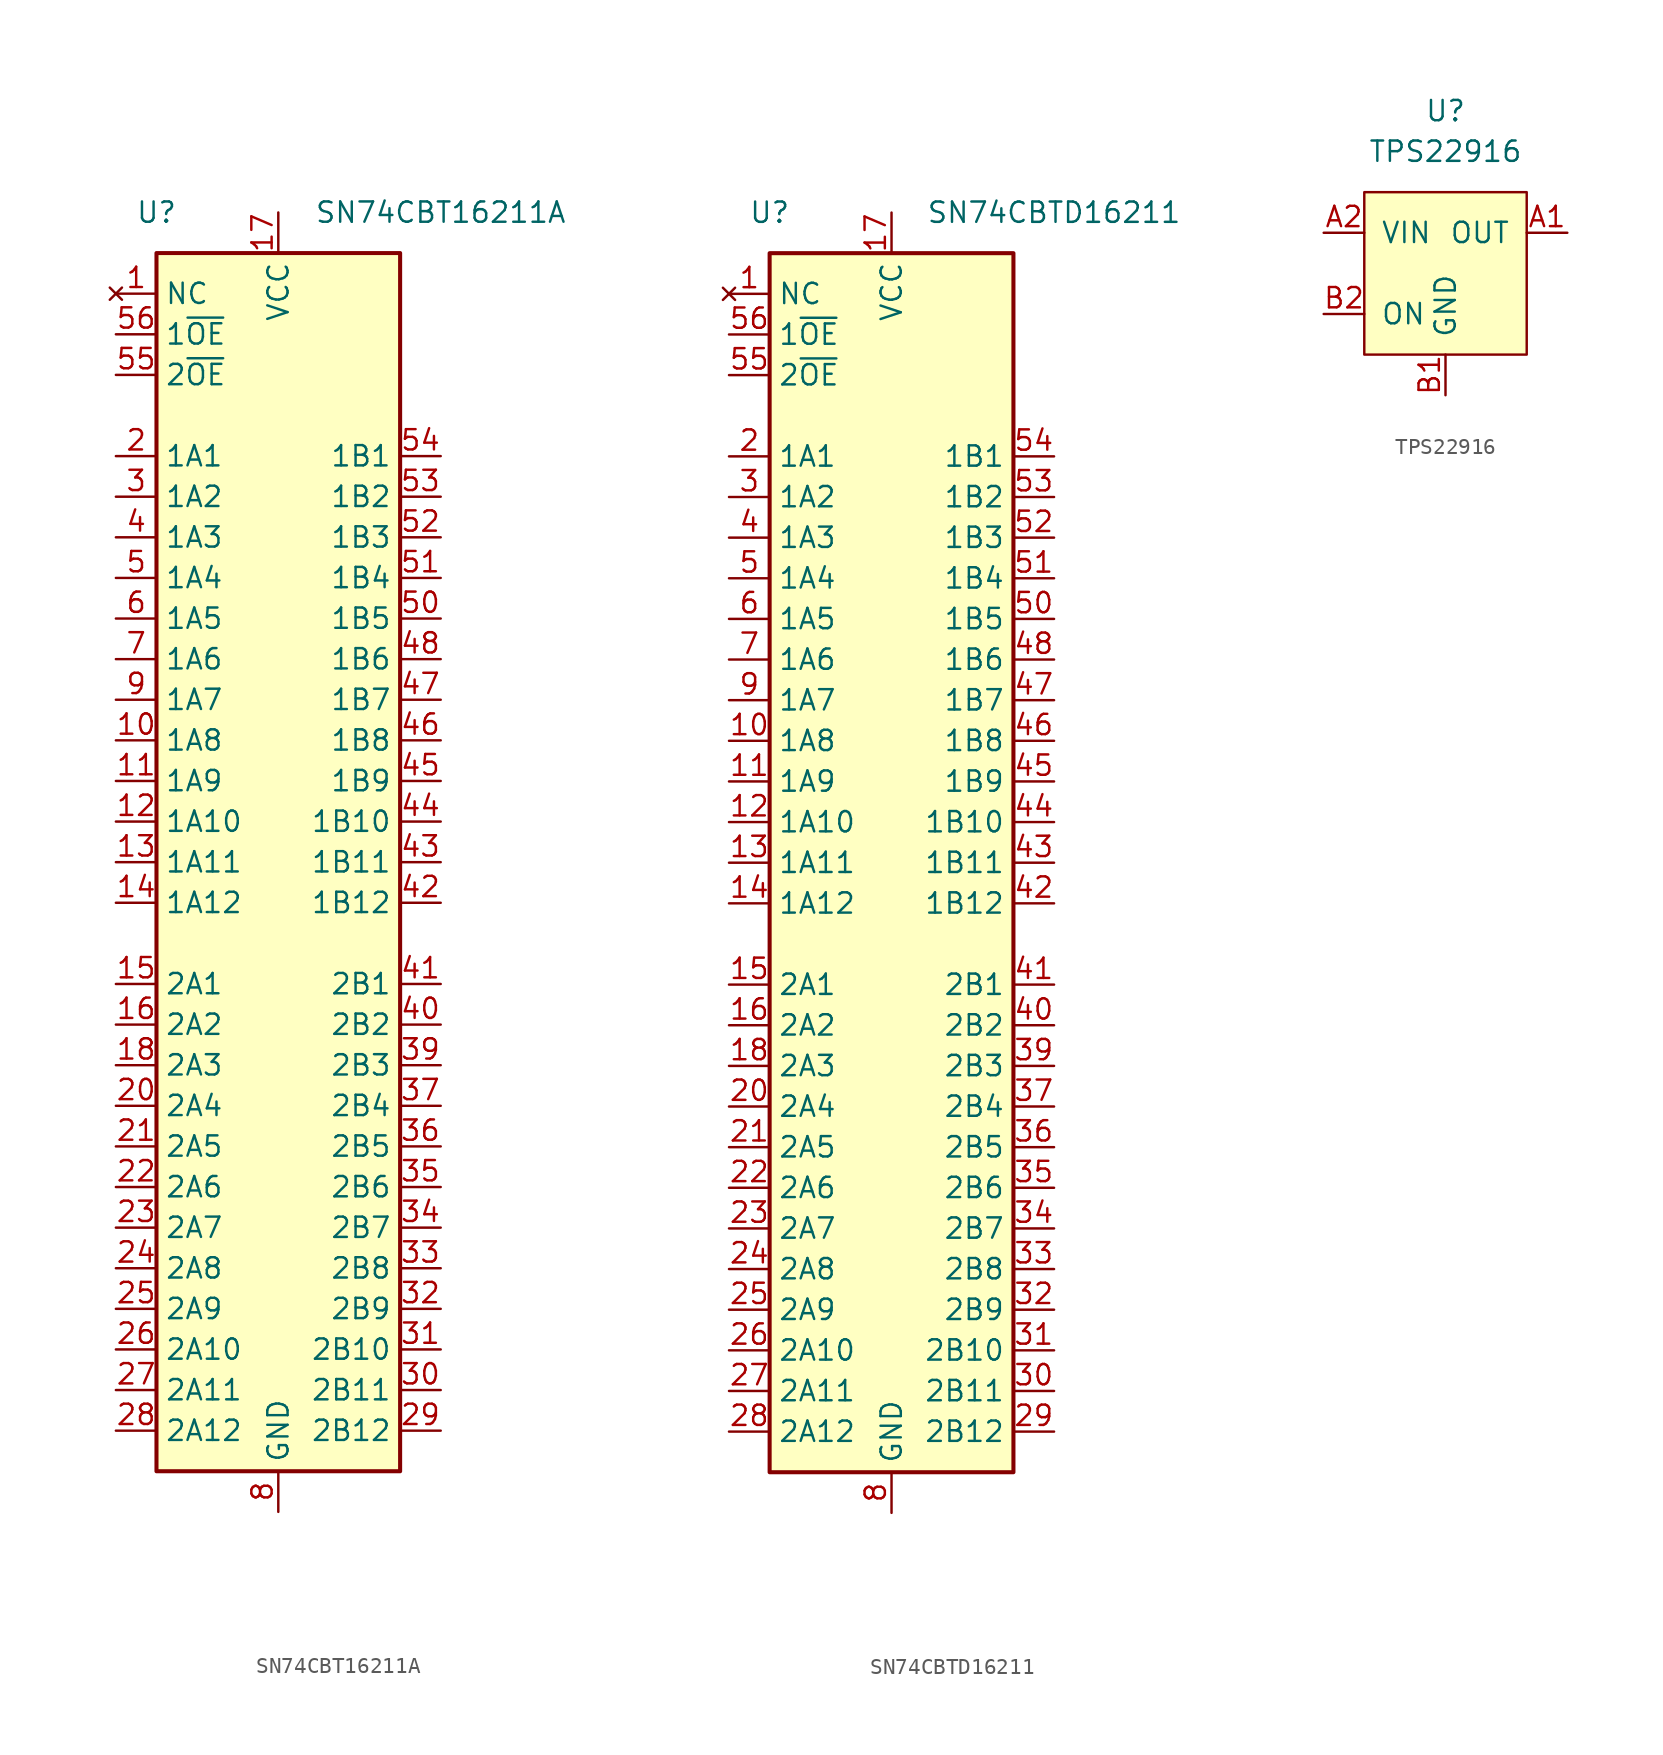
<source format=kicad_sym>
(kicad_symbol_lib
  (version 20211014)
  (generator kicad_symbol_editor)
  (symbol "SN74CBT16211A"
    (property "Reference" "U"
      (at -7.62 40.64 0)
      (effects (font (size 1.27 1.27))))
    (property "Value" "SN74CBT16211A"
      (at 10.16 40.64 0)
      (effects (font (size 1.27 1.27))))
    (symbol "SN74CBT16211A_0_1"
      (rectangle (start -7.62 38.1) (end 7.62 -38.1) (stroke (width 0.254) (type default) (color 0 0 0 0)) (fill (type background))))
    (symbol "SN74CBT16211A_1_0"
      (pin bidirectional line (at -10.16 7.62 0) (length 2.54) (name "1A8" (effects (font (size 1.27 1.27)))) (number "10" (effects (font (size 1.27 1.27)))))
      (pin bidirectional line (at -10.16 5.08 0) (length 2.54) (name "1A9" (effects (font (size 1.27 1.27)))) (number "11" (effects (font (size 1.27 1.27)))))
      (pin bidirectional line (at -10.16 2.54 0) (length 2.54) (name "1A10" (effects (font (size 1.27 1.27)))) (number "12" (effects (font (size 1.27 1.27)))))
      (pin bidirectional line (at -10.16 0 0) (length 2.54) (name "1A11" (effects (font (size 1.27 1.27)))) (number "13" (effects (font (size 1.27 1.27)))))
      (pin bidirectional line (at -10.16 -2.54 0) (length 2.54) (name "1A12" (effects (font (size 1.27 1.27)))) (number "14" (effects (font (size 1.27 1.27)))))
      (pin bidirectional line (at -10.16 -7.62 0) (length 2.54) (name "2A1" (effects (font (size 1.27 1.27)))) (number "15" (effects (font (size 1.27 1.27)))))
      (pin bidirectional line (at -10.16 -10.16 0) (length 2.54) (name "2A2" (effects (font (size 1.27 1.27)))) (number "16" (effects (font (size 1.27 1.27)))))
      (pin power_in line (at 0 40.64 270) (length 2.54) (name "VCC" (effects (font (size 1.27 1.27)))) (number "17" (effects (font (size 1.27 1.27)))))
      (pin bidirectional line (at -10.16 -12.7 0) (length 2.54) (name "2A3" (effects (font (size 1.27 1.27)))) (number "18" (effects (font (size 1.27 1.27)))))
      (pin passive line (at 0 -40.64 90) (length 2.54) hide (name "GND" (effects (font (size 1.27 1.27)))) (number "19" (effects (font (size 1.27 1.27)))))
      (pin bidirectional line (at -10.16 25.4 0) (length 2.54) (name "1A1" (effects (font (size 1.27 1.27)))) (number "2" (effects (font (size 1.27 1.27)))))
      (pin bidirectional line (at -10.16 -15.24 0) (length 2.54) (name "2A4" (effects (font (size 1.27 1.27)))) (number "20" (effects (font (size 1.27 1.27)))))
      (pin bidirectional line (at -10.16 -17.78 0) (length 2.54) (name "2A5" (effects (font (size 1.27 1.27)))) (number "21" (effects (font (size 1.27 1.27)))))
      (pin bidirectional line (at -10.16 -20.32 0) (length 2.54) (name "2A6" (effects (font (size 1.27 1.27)))) (number "22" (effects (font (size 1.27 1.27)))))
      (pin bidirectional line (at -10.16 -22.86 0) (length 2.54) (name "2A7" (effects (font (size 1.27 1.27)))) (number "23" (effects (font (size 1.27 1.27)))))
      (pin bidirectional line (at -10.16 -25.4 0) (length 2.54) (name "2A8" (effects (font (size 1.27 1.27)))) (number "24" (effects (font (size 1.27 1.27)))))
      (pin bidirectional line (at -10.16 -27.94 0) (length 2.54) (name "2A9" (effects (font (size 1.27 1.27)))) (number "25" (effects (font (size 1.27 1.27)))))
      (pin bidirectional line (at -10.16 -30.48 0) (length 2.54) (name "2A10" (effects (font (size 1.27 1.27)))) (number "26" (effects (font (size 1.27 1.27)))))
      (pin bidirectional line (at -10.16 -33.02 0) (length 2.54) (name "2A11" (effects (font (size 1.27 1.27)))) (number "27" (effects (font (size 1.27 1.27)))))
      (pin bidirectional line (at -10.16 -35.56 0) (length 2.54) (name "2A12" (effects (font (size 1.27 1.27)))) (number "28" (effects (font (size 1.27 1.27)))))
      (pin bidirectional line (at 10.16 -35.56 180) (length 2.54) (name "2B12" (effects (font (size 1.27 1.27)))) (number "29" (effects (font (size 1.27 1.27)))))
      (pin bidirectional line (at -10.16 22.86 0) (length 2.54) (name "1A2" (effects (font (size 1.27 1.27)))) (number "3" (effects (font (size 1.27 1.27)))))
      (pin bidirectional line (at 10.16 -33.02 180) (length 2.54) (name "2B11" (effects (font (size 1.27 1.27)))) (number "30" (effects (font (size 1.27 1.27)))))
      (pin bidirectional line (at 10.16 -30.48 180) (length 2.54) (name "2B10" (effects (font (size 1.27 1.27)))) (number "31" (effects (font (size 1.27 1.27)))))
      (pin bidirectional line (at 10.16 -27.94 180) (length 2.54) (name "2B9" (effects (font (size 1.27 1.27)))) (number "32" (effects (font (size 1.27 1.27)))))
      (pin bidirectional line (at 10.16 -25.4 180) (length 2.54) (name "2B8" (effects (font (size 1.27 1.27)))) (number "33" (effects (font (size 1.27 1.27)))))
      (pin bidirectional line (at 10.16 -22.86 180) (length 2.54) (name "2B7" (effects (font (size 1.27 1.27)))) (number "34" (effects (font (size 1.27 1.27)))))
      (pin bidirectional line (at 10.16 -20.32 180) (length 2.54) (name "2B6" (effects (font (size 1.27 1.27)))) (number "35" (effects (font (size 1.27 1.27)))))
      (pin bidirectional line (at 10.16 -17.78 180) (length 2.54) (name "2B5" (effects (font (size 1.27 1.27)))) (number "36" (effects (font (size 1.27 1.27)))))
      (pin bidirectional line (at 10.16 -15.24 180) (length 2.54) (name "2B4" (effects (font (size 1.27 1.27)))) (number "37" (effects (font (size 1.27 1.27)))))
      (pin passive line (at 0 -40.64 90) (length 2.54) hide (name "GND" (effects (font (size 1.27 1.27)))) (number "38" (effects (font (size 1.27 1.27)))))
      (pin bidirectional line (at 10.16 -12.7 180) (length 2.54) (name "2B3" (effects (font (size 1.27 1.27)))) (number "39" (effects (font (size 1.27 1.27)))))
      (pin bidirectional line (at -10.16 20.32 0) (length 2.54) (name "1A3" (effects (font (size 1.27 1.27)))) (number "4" (effects (font (size 1.27 1.27)))))
      (pin bidirectional line (at 10.16 -10.16 180) (length 2.54) (name "2B2" (effects (font (size 1.27 1.27)))) (number "40" (effects (font (size 1.27 1.27)))))
      (pin bidirectional line (at 10.16 -7.62 180) (length 2.54) (name "2B1" (effects (font (size 1.27 1.27)))) (number "41" (effects (font (size 1.27 1.27)))))
      (pin bidirectional line (at 10.16 -2.54 180) (length 2.54) (name "1B12" (effects (font (size 1.27 1.27)))) (number "42" (effects (font (size 1.27 1.27)))))
      (pin bidirectional line (at 10.16 0 180) (length 2.54) (name "1B11" (effects (font (size 1.27 1.27)))) (number "43" (effects (font (size 1.27 1.27)))))
      (pin bidirectional line (at 10.16 2.54 180) (length 2.54) (name "1B10" (effects (font (size 1.27 1.27)))) (number "44" (effects (font (size 1.27 1.27)))))
      (pin bidirectional line (at 10.16 5.08 180) (length 2.54) (name "1B9" (effects (font (size 1.27 1.27)))) (number "45" (effects (font (size 1.27 1.27)))))
      (pin bidirectional line (at 10.16 7.62 180) (length 2.54) (name "1B8" (effects (font (size 1.27 1.27)))) (number "46" (effects (font (size 1.27 1.27)))))
      (pin bidirectional line (at 10.16 10.16 180) (length 2.54) (name "1B7" (effects (font (size 1.27 1.27)))) (number "47" (effects (font (size 1.27 1.27)))))
      (pin bidirectional line (at 10.16 12.7 180) (length 2.54) (name "1B6" (effects (font (size 1.27 1.27)))) (number "48" (effects (font (size 1.27 1.27)))))
      (pin passive line (at 0 -40.64 90) (length 2.54) hide (name "GND" (effects (font (size 1.27 1.27)))) (number "49" (effects (font (size 1.27 1.27)))))
      (pin bidirectional line (at -10.16 17.78 0) (length 2.54) (name "1A4" (effects (font (size 1.27 1.27)))) (number "5" (effects (font (size 1.27 1.27)))))
      (pin bidirectional line (at 10.16 15.24 180) (length 2.54) (name "1B5" (effects (font (size 1.27 1.27)))) (number "50" (effects (font (size 1.27 1.27)))))
      (pin bidirectional line (at 10.16 17.78 180) (length 2.54) (name "1B4" (effects (font (size 1.27 1.27)))) (number "51" (effects (font (size 1.27 1.27)))))
      (pin bidirectional line (at 10.16 20.32 180) (length 2.54) (name "1B3" (effects (font (size 1.27 1.27)))) (number "52" (effects (font (size 1.27 1.27)))))
      (pin bidirectional line (at 10.16 22.86 180) (length 2.54) (name "1B2" (effects (font (size 1.27 1.27)))) (number "53" (effects (font (size 1.27 1.27)))))
      (pin bidirectional line (at 10.16 25.4 180) (length 2.54) (name "1B1" (effects (font (size 1.27 1.27)))) (number "54" (effects (font (size 1.27 1.27)))))
      (pin input line (at -10.16 30.48 0) (length 2.54) (name "2~{OE}" (effects (font (size 1.27 1.27)))) (number "55" (effects (font (size 1.27 1.27)))))
      (pin input line (at -10.16 33.02 0) (length 2.54) (name "1~{OE}" (effects (font (size 1.27 1.27)))) (number "56" (effects (font (size 1.27 1.27)))))
      (pin bidirectional line (at -10.16 15.24 0) (length 2.54) (name "1A5" (effects (font (size 1.27 1.27)))) (number "6" (effects (font (size 1.27 1.27)))))
      (pin bidirectional line (at -10.16 12.7 0) (length 2.54) (name "1A6" (effects (font (size 1.27 1.27)))) (number "7" (effects (font (size 1.27 1.27)))))
      (pin power_in line (at 0 -40.64 90) (length 2.54) (name "GND" (effects (font (size 1.27 1.27)))) (number "8" (effects (font (size 1.27 1.27)))))
      (pin bidirectional line (at -10.16 10.16 0) (length 2.54) (name "1A7" (effects (font (size 1.27 1.27)))) (number "9" (effects (font (size 1.27 1.27))))))
    (symbol "SN74CBT16211A_1_1"
      (pin no_connect line (at -10.16 35.56 0) (length 2.54) (name "NC" (effects (font (size 1.27 1.27)))) (number "1" (effects (font (size 1.27 1.27)))))))
  (symbol "SN74CBTD16211"
    (property "Reference" "U"
      (at -7.62 40.64 0)
      (effects (font (size 1.27 1.27))))
    (property "Value" "SN74CBTD16211"
      (at 10.16 40.64 0)
      (effects (font (size 1.27 1.27))))
    (symbol "SN74CBTD16211_0_1"
      (rectangle (start -7.62 38.1) (end 7.62 -38.1) (stroke (width 0.254) (type default) (color 0 0 0 0)) (fill (type background))))
    (symbol "SN74CBTD16211_1_0"
      (pin bidirectional line (at -10.16 7.62 0) (length 2.54) (name "1A8" (effects (font (size 1.27 1.27)))) (number "10" (effects (font (size 1.27 1.27)))))
      (pin bidirectional line (at -10.16 5.08 0) (length 2.54) (name "1A9" (effects (font (size 1.27 1.27)))) (number "11" (effects (font (size 1.27 1.27)))))
      (pin bidirectional line (at -10.16 2.54 0) (length 2.54) (name "1A10" (effects (font (size 1.27 1.27)))) (number "12" (effects (font (size 1.27 1.27)))))
      (pin bidirectional line (at -10.16 0 0) (length 2.54) (name "1A11" (effects (font (size 1.27 1.27)))) (number "13" (effects (font (size 1.27 1.27)))))
      (pin bidirectional line (at -10.16 -2.54 0) (length 2.54) (name "1A12" (effects (font (size 1.27 1.27)))) (number "14" (effects (font (size 1.27 1.27)))))
      (pin bidirectional line (at -10.16 -7.62 0) (length 2.54) (name "2A1" (effects (font (size 1.27 1.27)))) (number "15" (effects (font (size 1.27 1.27)))))
      (pin bidirectional line (at -10.16 -10.16 0) (length 2.54) (name "2A2" (effects (font (size 1.27 1.27)))) (number "16" (effects (font (size 1.27 1.27)))))
      (pin power_in line (at 0 40.64 270) (length 2.54) (name "VCC" (effects (font (size 1.27 1.27)))) (number "17" (effects (font (size 1.27 1.27)))))
      (pin bidirectional line (at -10.16 -12.7 0) (length 2.54) (name "2A3" (effects (font (size 1.27 1.27)))) (number "18" (effects (font (size 1.27 1.27)))))
      (pin passive line (at 0 -40.64 90) (length 2.54) hide (name "GND" (effects (font (size 1.27 1.27)))) (number "19" (effects (font (size 1.27 1.27)))))
      (pin bidirectional line (at -10.16 25.4 0) (length 2.54) (name "1A1" (effects (font (size 1.27 1.27)))) (number "2" (effects (font (size 1.27 1.27)))))
      (pin bidirectional line (at -10.16 -15.24 0) (length 2.54) (name "2A4" (effects (font (size 1.27 1.27)))) (number "20" (effects (font (size 1.27 1.27)))))
      (pin bidirectional line (at -10.16 -17.78 0) (length 2.54) (name "2A5" (effects (font (size 1.27 1.27)))) (number "21" (effects (font (size 1.27 1.27)))))
      (pin bidirectional line (at -10.16 -20.32 0) (length 2.54) (name "2A6" (effects (font (size 1.27 1.27)))) (number "22" (effects (font (size 1.27 1.27)))))
      (pin bidirectional line (at -10.16 -22.86 0) (length 2.54) (name "2A7" (effects (font (size 1.27 1.27)))) (number "23" (effects (font (size 1.27 1.27)))))
      (pin bidirectional line (at -10.16 -25.4 0) (length 2.54) (name "2A8" (effects (font (size 1.27 1.27)))) (number "24" (effects (font (size 1.27 1.27)))))
      (pin bidirectional line (at -10.16 -27.94 0) (length 2.54) (name "2A9" (effects (font (size 1.27 1.27)))) (number "25" (effects (font (size 1.27 1.27)))))
      (pin bidirectional line (at -10.16 -30.48 0) (length 2.54) (name "2A10" (effects (font (size 1.27 1.27)))) (number "26" (effects (font (size 1.27 1.27)))))
      (pin bidirectional line (at -10.16 -33.02 0) (length 2.54) (name "2A11" (effects (font (size 1.27 1.27)))) (number "27" (effects (font (size 1.27 1.27)))))
      (pin bidirectional line (at -10.16 -35.56 0) (length 2.54) (name "2A12" (effects (font (size 1.27 1.27)))) (number "28" (effects (font (size 1.27 1.27)))))
      (pin bidirectional line (at 10.16 -35.56 180) (length 2.54) (name "2B12" (effects (font (size 1.27 1.27)))) (number "29" (effects (font (size 1.27 1.27)))))
      (pin bidirectional line (at -10.16 22.86 0) (length 2.54) (name "1A2" (effects (font (size 1.27 1.27)))) (number "3" (effects (font (size 1.27 1.27)))))
      (pin bidirectional line (at 10.16 -33.02 180) (length 2.54) (name "2B11" (effects (font (size 1.27 1.27)))) (number "30" (effects (font (size 1.27 1.27)))))
      (pin bidirectional line (at 10.16 -30.48 180) (length 2.54) (name "2B10" (effects (font (size 1.27 1.27)))) (number "31" (effects (font (size 1.27 1.27)))))
      (pin bidirectional line (at 10.16 -27.94 180) (length 2.54) (name "2B9" (effects (font (size 1.27 1.27)))) (number "32" (effects (font (size 1.27 1.27)))))
      (pin bidirectional line (at 10.16 -25.4 180) (length 2.54) (name "2B8" (effects (font (size 1.27 1.27)))) (number "33" (effects (font (size 1.27 1.27)))))
      (pin bidirectional line (at 10.16 -22.86 180) (length 2.54) (name "2B7" (effects (font (size 1.27 1.27)))) (number "34" (effects (font (size 1.27 1.27)))))
      (pin bidirectional line (at 10.16 -20.32 180) (length 2.54) (name "2B6" (effects (font (size 1.27 1.27)))) (number "35" (effects (font (size 1.27 1.27)))))
      (pin bidirectional line (at 10.16 -17.78 180) (length 2.54) (name "2B5" (effects (font (size 1.27 1.27)))) (number "36" (effects (font (size 1.27 1.27)))))
      (pin bidirectional line (at 10.16 -15.24 180) (length 2.54) (name "2B4" (effects (font (size 1.27 1.27)))) (number "37" (effects (font (size 1.27 1.27)))))
      (pin passive line (at 0 -40.64 90) (length 2.54) hide (name "GND" (effects (font (size 1.27 1.27)))) (number "38" (effects (font (size 1.27 1.27)))))
      (pin bidirectional line (at 10.16 -12.7 180) (length 2.54) (name "2B3" (effects (font (size 1.27 1.27)))) (number "39" (effects (font (size 1.27 1.27)))))
      (pin bidirectional line (at -10.16 20.32 0) (length 2.54) (name "1A3" (effects (font (size 1.27 1.27)))) (number "4" (effects (font (size 1.27 1.27)))))
      (pin bidirectional line (at 10.16 -10.16 180) (length 2.54) (name "2B2" (effects (font (size 1.27 1.27)))) (number "40" (effects (font (size 1.27 1.27)))))
      (pin bidirectional line (at 10.16 -7.62 180) (length 2.54) (name "2B1" (effects (font (size 1.27 1.27)))) (number "41" (effects (font (size 1.27 1.27)))))
      (pin bidirectional line (at 10.16 -2.54 180) (length 2.54) (name "1B12" (effects (font (size 1.27 1.27)))) (number "42" (effects (font (size 1.27 1.27)))))
      (pin bidirectional line (at 10.16 0 180) (length 2.54) (name "1B11" (effects (font (size 1.27 1.27)))) (number "43" (effects (font (size 1.27 1.27)))))
      (pin bidirectional line (at 10.16 2.54 180) (length 2.54) (name "1B10" (effects (font (size 1.27 1.27)))) (number "44" (effects (font (size 1.27 1.27)))))
      (pin bidirectional line (at 10.16 5.08 180) (length 2.54) (name "1B9" (effects (font (size 1.27 1.27)))) (number "45" (effects (font (size 1.27 1.27)))))
      (pin bidirectional line (at 10.16 7.62 180) (length 2.54) (name "1B8" (effects (font (size 1.27 1.27)))) (number "46" (effects (font (size 1.27 1.27)))))
      (pin bidirectional line (at 10.16 10.16 180) (length 2.54) (name "1B7" (effects (font (size 1.27 1.27)))) (number "47" (effects (font (size 1.27 1.27)))))
      (pin bidirectional line (at 10.16 12.7 180) (length 2.54) (name "1B6" (effects (font (size 1.27 1.27)))) (number "48" (effects (font (size 1.27 1.27)))))
      (pin passive line (at 0 -40.64 90) (length 2.54) hide (name "GND" (effects (font (size 1.27 1.27)))) (number "49" (effects (font (size 1.27 1.27)))))
      (pin bidirectional line (at -10.16 17.78 0) (length 2.54) (name "1A4" (effects (font (size 1.27 1.27)))) (number "5" (effects (font (size 1.27 1.27)))))
      (pin bidirectional line (at 10.16 15.24 180) (length 2.54) (name "1B5" (effects (font (size 1.27 1.27)))) (number "50" (effects (font (size 1.27 1.27)))))
      (pin bidirectional line (at 10.16 17.78 180) (length 2.54) (name "1B4" (effects (font (size 1.27 1.27)))) (number "51" (effects (font (size 1.27 1.27)))))
      (pin bidirectional line (at 10.16 20.32 180) (length 2.54) (name "1B3" (effects (font (size 1.27 1.27)))) (number "52" (effects (font (size 1.27 1.27)))))
      (pin bidirectional line (at 10.16 22.86 180) (length 2.54) (name "1B2" (effects (font (size 1.27 1.27)))) (number "53" (effects (font (size 1.27 1.27)))))
      (pin bidirectional line (at 10.16 25.4 180) (length 2.54) (name "1B1" (effects (font (size 1.27 1.27)))) (number "54" (effects (font (size 1.27 1.27)))))
      (pin input line (at -10.16 30.48 0) (length 2.54) (name "2~{OE}" (effects (font (size 1.27 1.27)))) (number "55" (effects (font (size 1.27 1.27)))))
      (pin input line (at -10.16 33.02 0) (length 2.54) (name "1~{OE}" (effects (font (size 1.27 1.27)))) (number "56" (effects (font (size 1.27 1.27)))))
      (pin bidirectional line (at -10.16 15.24 0) (length 2.54) (name "1A5" (effects (font (size 1.27 1.27)))) (number "6" (effects (font (size 1.27 1.27)))))
      (pin bidirectional line (at -10.16 12.7 0) (length 2.54) (name "1A6" (effects (font (size 1.27 1.27)))) (number "7" (effects (font (size 1.27 1.27)))))
      (pin power_in line (at 0 -40.64 90) (length 2.54) (name "GND" (effects (font (size 1.27 1.27)))) (number "8" (effects (font (size 1.27 1.27)))))
      (pin bidirectional line (at -10.16 10.16 0) (length 2.54) (name "1A7" (effects (font (size 1.27 1.27)))) (number "9" (effects (font (size 1.27 1.27))))))
    (symbol "SN74CBTD16211_1_1"
      (pin no_connect line (at -10.16 35.56 0) (length 2.54) (name "NC" (effects (font (size 1.27 1.27)))) (number "1" (effects (font (size 1.27 1.27)))))))
  (symbol "TPS22916"
    (pin_names
      (offset 1.016))
    (property "Reference" "U"
      (at 0 10.16 0)
      (effects (font (size 1.27 1.27))))
    (property "Value" "TPS22916"
      (at 0 7.62 0)
      (effects (font (size 1.27 1.27))))
    (symbol "TPS22916_0_0"
      (pin power_out line (at 7.62 2.54 180) (length 2.54) (name "OUT" (effects (font (size 1.27 1.27)))) (number "A1" (effects (font (size 1.27 1.27)))))
      (pin power_in line (at -7.62 2.54 0) (length 2.54) (name "VIN" (effects (font (size 1.27 1.27)))) (number "A2" (effects (font (size 1.27 1.27)))))
      (pin power_in line (at 0 -7.62 90) (length 2.54) (name "GND" (effects (font (size 1.27 1.27)))) (number "B1" (effects (font (size 1.27 1.27)))))
      (pin input line (at -7.62 -2.54 0) (length 2.54) (name "ON" (effects (font (size 1.27 1.27)))) (number "B2" (effects (font (size 1.27 1.27))))))
    (symbol "TPS22916_0_1"
      (rectangle (start -5.08 5.08) (end 5.08 -5.08) (stroke (width 0) (type default) (color 0 0 0 0)) (fill (type background))))))
</source>
